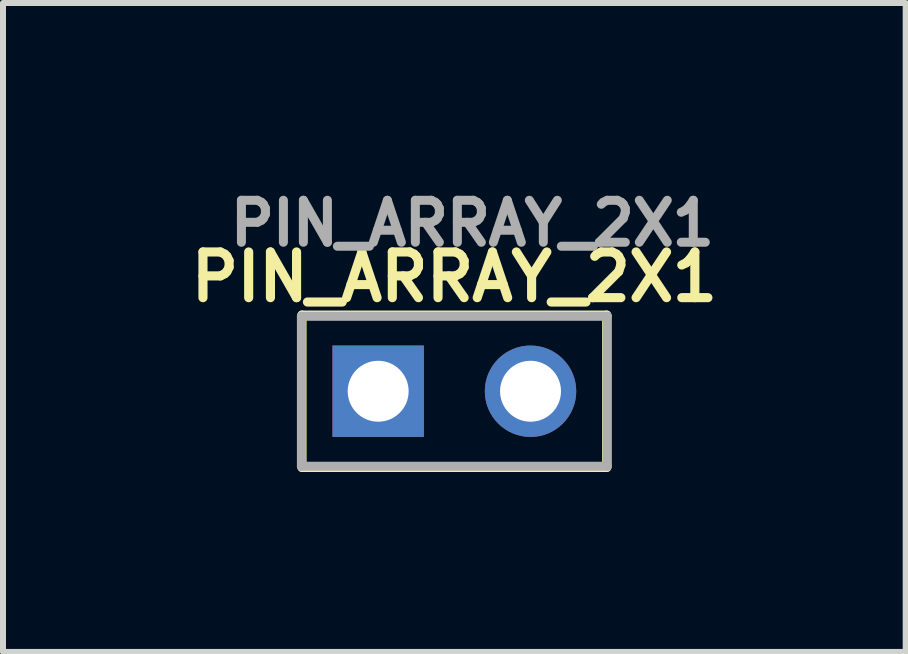
<source format=kicad_pcb>
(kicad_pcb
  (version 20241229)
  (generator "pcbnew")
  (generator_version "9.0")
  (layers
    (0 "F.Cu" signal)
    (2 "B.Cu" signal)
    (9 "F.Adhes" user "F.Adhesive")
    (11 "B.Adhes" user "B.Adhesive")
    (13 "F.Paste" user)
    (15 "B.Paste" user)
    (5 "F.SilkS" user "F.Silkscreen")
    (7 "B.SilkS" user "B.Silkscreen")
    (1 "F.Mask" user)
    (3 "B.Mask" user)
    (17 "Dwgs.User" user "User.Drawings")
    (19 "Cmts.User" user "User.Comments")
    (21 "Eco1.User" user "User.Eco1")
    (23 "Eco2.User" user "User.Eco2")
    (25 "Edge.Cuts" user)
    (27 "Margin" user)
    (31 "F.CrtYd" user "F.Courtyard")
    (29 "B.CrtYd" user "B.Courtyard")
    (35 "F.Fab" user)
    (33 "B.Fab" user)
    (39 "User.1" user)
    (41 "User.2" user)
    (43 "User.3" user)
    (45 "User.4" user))
  (footprint "PIN_ARRAY_2X1"
    (layer "F.Cu")
    (at 4.525 3.473)
    (property "Reference" "PIN_ARRAY_2X1" (at 0 -1.905 0) (layer "F.SilkS") (effects (font (size 0.762 0.762) (thickness 0.152))))
    (attr through_hole)
    (fp_line (start -2.54 -1.27) (end 2.54 -1.27) (stroke (width 0.152) (type solid)) (layer "F.SilkS"))
    (fp_line (start -2.54 1.27) (end -2.54 -1.27) (stroke (width 0.152) (type solid)) (layer "F.SilkS"))
    (fp_line (start 2.54 -1.27) (end 2.54 1.27) (stroke (width 0.152) (type solid)) (layer "F.SilkS"))
    (fp_line (start 2.54 1.27) (end -2.54 1.27) (stroke (width 0.152) (type solid)) (layer "F.SilkS"))
    (fp_line (start -2.55 -1.25) (end -2.55 1.25) (stroke (width 0.15) (type solid)) (layer "F.Fab"))
    (fp_line (start -2.55 -1.25) (end 2.55 -1.25) (stroke (width 0.15) (type solid)) (layer "F.Fab"))
    (fp_line (start -2.55 1.25) (end 2.55 1.25) (stroke (width 0.15) (type solid)) (layer "F.Fab"))
    (fp_line (start 2.55 1.25) (end 2.55 -1.25) (stroke (width 0.15) (type solid)) (layer "F.Fab"))
    (fp_text user "${REFERENCE}" (at 0.3 -2.8 0) (layer "F.Fab") (effects (font (size 0.7 0.7) (thickness 0.15))))
    (pad "1" thru_hole rect (at -1.27 0) (size 1.524 1.524) (drill 1.016) (layers "*.Cu" "*.Mask"))
    (pad "2" thru_hole circle (at 1.27 0) (size 1.524 1.524) (drill 1.016) (layers "*.Cu" "*.Mask")))
  (gr_rect
    (start -3 -3)
    (end 12.05 7.819)
    (stroke (width 0.1) (type default))
    (fill no)
    (layer "Edge.Cuts")))
</source>
